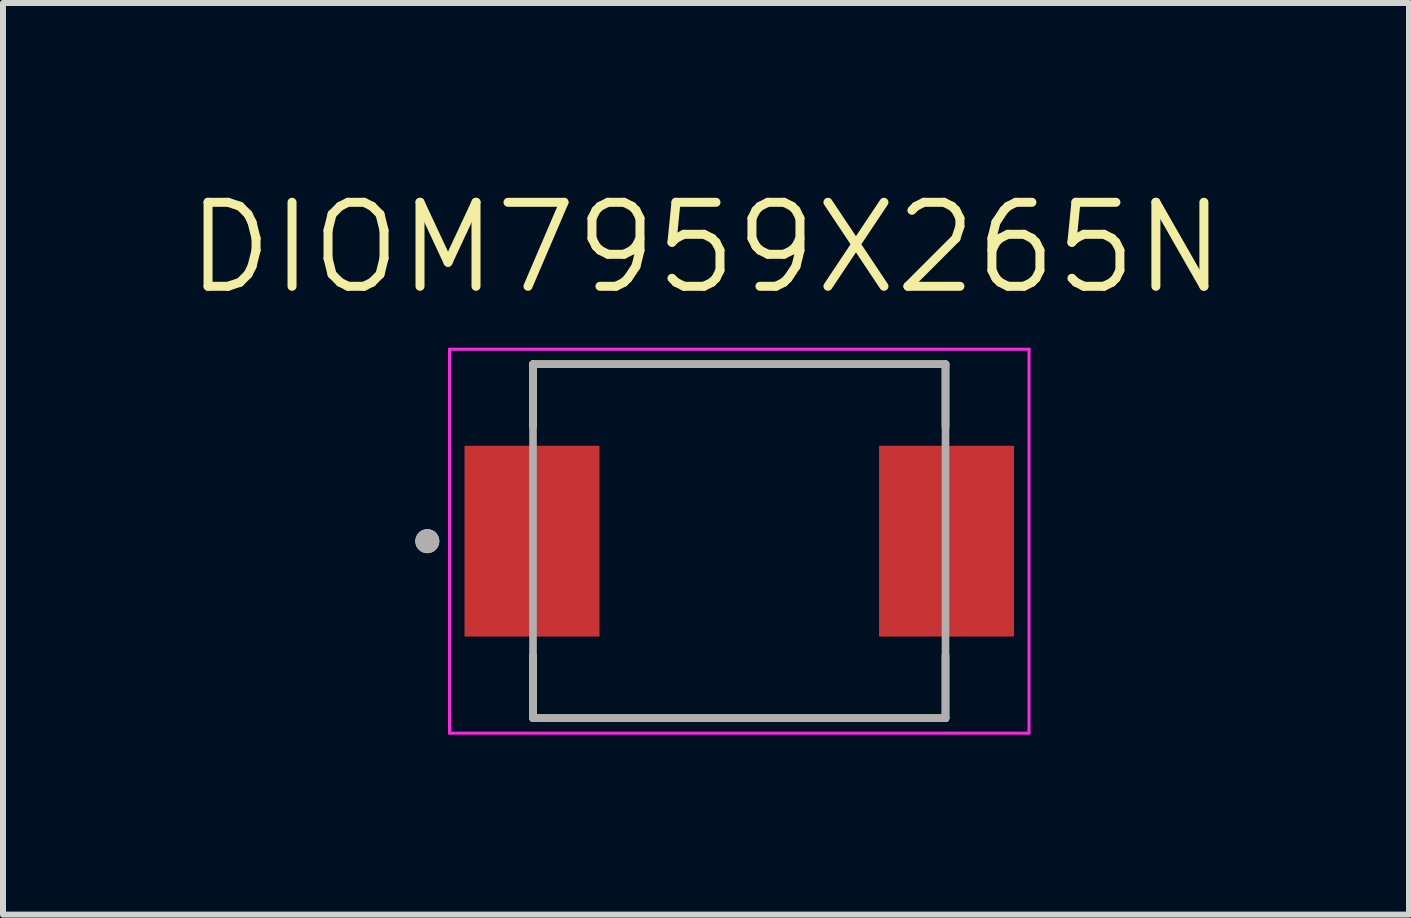
<source format=kicad_pcb>
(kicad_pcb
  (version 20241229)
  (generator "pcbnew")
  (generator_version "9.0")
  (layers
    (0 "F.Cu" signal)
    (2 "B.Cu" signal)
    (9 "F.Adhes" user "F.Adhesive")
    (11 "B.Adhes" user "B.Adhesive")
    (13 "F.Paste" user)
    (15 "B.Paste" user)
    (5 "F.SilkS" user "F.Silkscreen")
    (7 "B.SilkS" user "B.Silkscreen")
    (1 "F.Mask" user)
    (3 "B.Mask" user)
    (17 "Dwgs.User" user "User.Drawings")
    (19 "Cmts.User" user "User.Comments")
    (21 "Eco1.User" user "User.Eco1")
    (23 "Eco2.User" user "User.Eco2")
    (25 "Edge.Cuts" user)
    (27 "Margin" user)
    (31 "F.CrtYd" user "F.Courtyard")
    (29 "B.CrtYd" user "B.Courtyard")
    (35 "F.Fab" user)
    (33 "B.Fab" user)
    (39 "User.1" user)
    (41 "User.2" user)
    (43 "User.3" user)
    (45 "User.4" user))
  (footprint "DIOM7959X265N"
    (layer "F.Cu")
    (at 9.273 5.971)
    (property "Reference" "DIOM7959X265N" (at -0.555 -4.889 0) (layer "F.SilkS") (effects (font (size 1.4 1.4) (thickness 0.15))))
    (attr through_hole)
    (fp_line (start -3.438 -2.95) (end -3.438 -1.91) (stroke (width 0.127) (type solid)) (layer "F.SilkS"))
    (fp_line (start -3.438 1.91) (end -3.438 2.95) (stroke (width 0.127) (type solid)) (layer "F.SilkS"))
    (fp_line (start -3.438 2.95) (end 3.438 2.95) (stroke (width 0.127) (type solid)) (layer "F.SilkS"))
    (fp_line (start 3.438 -2.95) (end -3.438 -2.95) (stroke (width 0.127) (type solid)) (layer "F.SilkS"))
    (fp_line (start 3.438 -1.91) (end 3.438 -2.95) (stroke (width 0.127) (type solid)) (layer "F.SilkS"))
    (fp_line (start 3.438 2.95) (end 3.438 1.91) (stroke (width 0.127) (type solid)) (layer "F.SilkS"))
    (fp_circle (center -5.2 0) (end -5.1 0) (stroke (width 0.2) (type solid)) (fill no) (layer "F.SilkS"))
    (fp_line (start -4.83 -3.2) (end -4.83 3.2) (stroke (width 0.05) (type solid)) (layer "F.CrtYd"))
    (fp_line (start -4.83 3.2) (end 4.83 3.2) (stroke (width 0.05) (type solid)) (layer "F.CrtYd"))
    (fp_line (start 4.83 -3.2) (end -4.83 -3.2) (stroke (width 0.05) (type solid)) (layer "F.CrtYd"))
    (fp_line (start 4.83 3.2) (end 4.83 -3.2) (stroke (width 0.05) (type solid)) (layer "F.CrtYd"))
    (fp_line (start -3.438 -2.95) (end -3.438 2.95) (stroke (width 0.127) (type solid)) (layer "F.Fab"))
    (fp_line (start -3.438 2.95) (end 3.438 2.95) (stroke (width 0.127) (type solid)) (layer "F.Fab"))
    (fp_line (start 3.438 -2.95) (end -3.438 -2.95) (stroke (width 0.127) (type solid)) (layer "F.Fab"))
    (fp_line (start 3.438 2.95) (end 3.438 -2.95) (stroke (width 0.127) (type solid)) (layer "F.Fab"))
    (fp_circle (center -5.2 0) (end -5.1 0) (stroke (width 0.2) (type solid)) (fill no) (layer "F.Fab"))
    (pad "1" smd rect (at -3.455 0) (size 2.25 3.18) (layers "F.Cu" "F.Mask" "F.Paste"))
    (pad "2" smd rect (at 3.455 0) (size 2.25 3.18) (layers "F.Cu" "F.Mask" "F.Paste")))
  (gr_rect
    (start -3 -3)
    (end 20.437 12.196)
    (stroke (width 0.1) (type default))
    (fill no)
    (layer "Edge.Cuts")))
</source>
